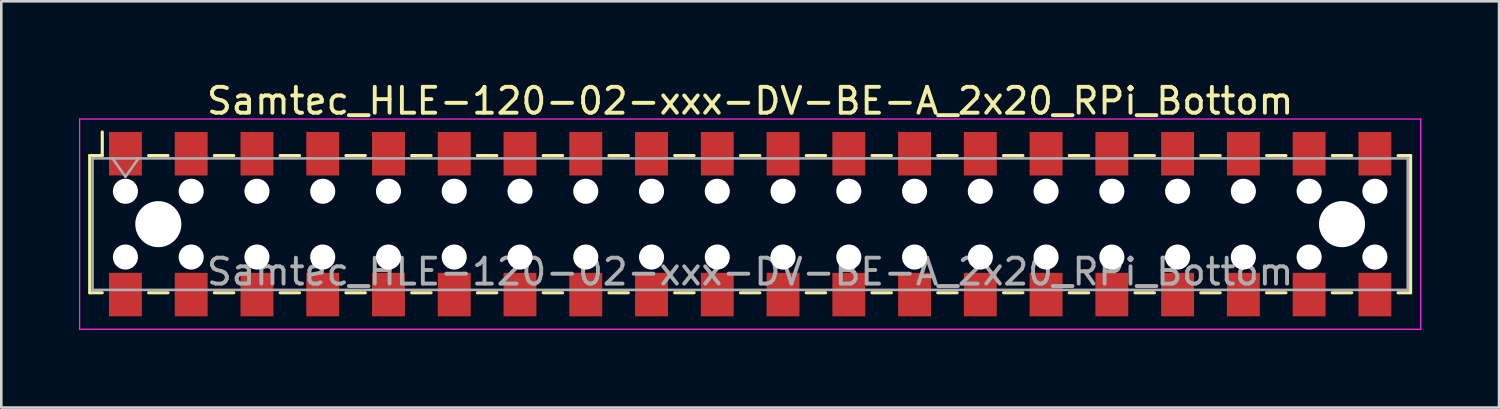
<source format=kicad_pcb>
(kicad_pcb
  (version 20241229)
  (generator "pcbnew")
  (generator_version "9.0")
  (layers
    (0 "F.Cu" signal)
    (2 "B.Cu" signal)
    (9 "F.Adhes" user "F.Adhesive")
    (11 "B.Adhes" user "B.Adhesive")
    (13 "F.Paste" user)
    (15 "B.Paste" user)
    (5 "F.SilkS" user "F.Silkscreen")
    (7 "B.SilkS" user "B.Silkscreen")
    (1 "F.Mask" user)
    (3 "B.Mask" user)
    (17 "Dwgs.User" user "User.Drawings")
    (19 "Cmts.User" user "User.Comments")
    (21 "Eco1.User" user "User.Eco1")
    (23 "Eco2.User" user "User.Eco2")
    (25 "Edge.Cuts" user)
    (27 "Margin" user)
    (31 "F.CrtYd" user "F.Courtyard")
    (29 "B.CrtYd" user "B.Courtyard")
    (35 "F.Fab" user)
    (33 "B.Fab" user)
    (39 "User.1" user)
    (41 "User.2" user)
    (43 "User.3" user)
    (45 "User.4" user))
  (footprint "Samtec_HLE-120-02-xxx-DV-BE-A_2x20_RPi_Bottom"
    (layer "F.Cu")
    (at 25.925 5.608)
    (property "Reference" "Samtec_HLE-120-02-xxx-DV-BE-A_2x20_RPi_Bottom" (at 0 -4.76 0) (layer "F.SilkS") (effects (font (size 1 1) (thickness 0.15))))
    (attr smd)
    (fp_line (start -25.51 -2.65) (end -25.51 2.65) (stroke (width 0.12) (type solid)) (layer "F.SilkS"))
    (fp_line (start -25.51 2.65) (end -25.025 2.65) (stroke (width 0.12) (type solid)) (layer "F.SilkS"))
    (fp_line (start -25.025 -3.56) (end -25.025 -2.65) (stroke (width 0.12) (type solid)) (layer "F.SilkS"))
    (fp_line (start -25.025 -2.65) (end -25.51 -2.65) (stroke (width 0.12) (type solid)) (layer "F.SilkS"))
    (fp_line (start -23.235 -2.65) (end -22.485 -2.65) (stroke (width 0.12) (type solid)) (layer "F.SilkS"))
    (fp_line (start -23.235 2.65) (end -22.485 2.65) (stroke (width 0.12) (type solid)) (layer "F.SilkS"))
    (fp_line (start -20.695 -2.65) (end -19.945 -2.65) (stroke (width 0.12) (type solid)) (layer "F.SilkS"))
    (fp_line (start -20.695 2.65) (end -19.945 2.65) (stroke (width 0.12) (type solid)) (layer "F.SilkS"))
    (fp_line (start -18.155 -2.65) (end -17.405 -2.65) (stroke (width 0.12) (type solid)) (layer "F.SilkS"))
    (fp_line (start -18.155 2.65) (end -17.405 2.65) (stroke (width 0.12) (type solid)) (layer "F.SilkS"))
    (fp_line (start -15.615 -2.65) (end -14.865 -2.65) (stroke (width 0.12) (type solid)) (layer "F.SilkS"))
    (fp_line (start -15.615 2.65) (end -14.865 2.65) (stroke (width 0.12) (type solid)) (layer "F.SilkS"))
    (fp_line (start -13.075 -2.65) (end -12.325 -2.65) (stroke (width 0.12) (type solid)) (layer "F.SilkS"))
    (fp_line (start -13.075 2.65) (end -12.325 2.65) (stroke (width 0.12) (type solid)) (layer "F.SilkS"))
    (fp_line (start -10.535 -2.65) (end -9.785 -2.65) (stroke (width 0.12) (type solid)) (layer "F.SilkS"))
    (fp_line (start -10.535 2.65) (end -9.785 2.65) (stroke (width 0.12) (type solid)) (layer "F.SilkS"))
    (fp_line (start -7.995 -2.65) (end -7.245 -2.65) (stroke (width 0.12) (type solid)) (layer "F.SilkS"))
    (fp_line (start -7.995 2.65) (end -7.245 2.65) (stroke (width 0.12) (type solid)) (layer "F.SilkS"))
    (fp_line (start -5.455 -2.65) (end -4.705 -2.65) (stroke (width 0.12) (type solid)) (layer "F.SilkS"))
    (fp_line (start -5.455 2.65) (end -4.705 2.65) (stroke (width 0.12) (type solid)) (layer "F.SilkS"))
    (fp_line (start -2.915 -2.65) (end -2.165 -2.65) (stroke (width 0.12) (type solid)) (layer "F.SilkS"))
    (fp_line (start -2.915 2.65) (end -2.165 2.65) (stroke (width 0.12) (type solid)) (layer "F.SilkS"))
    (fp_line (start -0.375 -2.65) (end 0.375 -2.65) (stroke (width 0.12) (type solid)) (layer "F.SilkS"))
    (fp_line (start -0.375 2.65) (end 0.375 2.65) (stroke (width 0.12) (type solid)) (layer "F.SilkS"))
    (fp_line (start 2.165 -2.65) (end 2.915 -2.65) (stroke (width 0.12) (type solid)) (layer "F.SilkS"))
    (fp_line (start 2.165 2.65) (end 2.915 2.65) (stroke (width 0.12) (type solid)) (layer "F.SilkS"))
    (fp_line (start 4.705 -2.65) (end 5.455 -2.65) (stroke (width 0.12) (type solid)) (layer "F.SilkS"))
    (fp_line (start 4.705 2.65) (end 5.455 2.65) (stroke (width 0.12) (type solid)) (layer "F.SilkS"))
    (fp_line (start 7.245 -2.65) (end 7.995 -2.65) (stroke (width 0.12) (type solid)) (layer "F.SilkS"))
    (fp_line (start 7.245 2.65) (end 7.995 2.65) (stroke (width 0.12) (type solid)) (layer "F.SilkS"))
    (fp_line (start 9.785 -2.65) (end 10.535 -2.65) (stroke (width 0.12) (type solid)) (layer "F.SilkS"))
    (fp_line (start 9.785 2.65) (end 10.535 2.65) (stroke (width 0.12) (type solid)) (layer "F.SilkS"))
    (fp_line (start 12.325 -2.65) (end 13.075 -2.65) (stroke (width 0.12) (type solid)) (layer "F.SilkS"))
    (fp_line (start 12.325 2.65) (end 13.075 2.65) (stroke (width 0.12) (type solid)) (layer "F.SilkS"))
    (fp_line (start 14.865 -2.65) (end 15.615 -2.65) (stroke (width 0.12) (type solid)) (layer "F.SilkS"))
    (fp_line (start 14.865 2.65) (end 15.615 2.65) (stroke (width 0.12) (type solid)) (layer "F.SilkS"))
    (fp_line (start 17.405 -2.65) (end 18.155 -2.65) (stroke (width 0.12) (type solid)) (layer "F.SilkS"))
    (fp_line (start 17.405 2.65) (end 18.155 2.65) (stroke (width 0.12) (type solid)) (layer "F.SilkS"))
    (fp_line (start 19.945 -2.65) (end 20.695 -2.65) (stroke (width 0.12) (type solid)) (layer "F.SilkS"))
    (fp_line (start 19.945 2.65) (end 20.695 2.65) (stroke (width 0.12) (type solid)) (layer "F.SilkS"))
    (fp_line (start 22.485 -2.65) (end 23.235 -2.65) (stroke (width 0.12) (type solid)) (layer "F.SilkS"))
    (fp_line (start 22.485 2.65) (end 23.235 2.65) (stroke (width 0.12) (type solid)) (layer "F.SilkS"))
    (fp_line (start 25.025 -2.65) (end 25.51 -2.65) (stroke (width 0.12) (type solid)) (layer "F.SilkS"))
    (fp_line (start 25.51 -2.65) (end 25.51 2.65) (stroke (width 0.12) (type solid)) (layer "F.SilkS"))
    (fp_line (start 25.51 2.65) (end 25.025 2.65) (stroke (width 0.12) (type solid)) (layer "F.SilkS"))
    (fp_line (start -25.9 -4.06) (end 25.9 -4.06) (stroke (width 0.05) (type solid)) (layer "F.CrtYd"))
    (fp_line (start -25.9 4.06) (end -25.9 -4.06) (stroke (width 0.05) (type solid)) (layer "F.CrtYd"))
    (fp_line (start 25.9 -4.06) (end 25.9 4.06) (stroke (width 0.05) (type solid)) (layer "F.CrtYd"))
    (fp_line (start 25.9 4.06) (end -25.9 4.06) (stroke (width 0.05) (type solid)) (layer "F.CrtYd"))
    (fp_line (start -25.4 -2.54) (end 25.4 -2.54) (stroke (width 0.1) (type solid)) (layer "F.Fab"))
    (fp_line (start -25.4 2.54) (end -25.4 -2.54) (stroke (width 0.1) (type solid)) (layer "F.Fab"))
    (fp_line (start -24.63 -2.54) (end -24.13 -1.833) (stroke (width 0.1) (type solid)) (layer "F.Fab"))
    (fp_line (start -24.13 -1.833) (end -23.63 -2.54) (stroke (width 0.1) (type solid)) (layer "F.Fab"))
    (fp_line (start 25.4 -2.54) (end 25.4 2.54) (stroke (width 0.1) (type solid)) (layer "F.Fab"))
    (fp_line (start 25.4 2.54) (end -25.4 2.54) (stroke (width 0.1) (type solid)) (layer "F.Fab"))
    (fp_text user "${REFERENCE}" (at 0 1.84 0) (layer "F.Fab") (effects (font (size 1 1) (thickness 0.15))))
    (pad "" np_thru_hole circle (at -24.13 -1.27) (size 0.97 0.97) (drill 0.97) (layers "*.Cu" "*.Mask"))
    (pad "" np_thru_hole circle (at -24.13 1.27) (size 0.97 0.97) (drill 0.97) (layers "*.Cu" "*.Mask"))
    (pad "" np_thru_hole circle (at -22.86 0) (size 1.78 1.78) (drill 1.78) (layers "*.Cu" "*.Mask"))
    (pad "" np_thru_hole circle (at -21.59 -1.27) (size 0.97 0.97) (drill 0.97) (layers "*.Cu" "*.Mask"))
    (pad "" np_thru_hole circle (at -21.59 1.27) (size 0.97 0.97) (drill 0.97) (layers "*.Cu" "*.Mask"))
    (pad "" np_thru_hole circle (at -19.05 -1.27) (size 0.97 0.97) (drill 0.97) (layers "*.Cu" "*.Mask"))
    (pad "" np_thru_hole circle (at -19.05 1.27) (size 0.97 0.97) (drill 0.97) (layers "*.Cu" "*.Mask"))
    (pad "" np_thru_hole circle (at -16.51 -1.27) (size 0.97 0.97) (drill 0.97) (layers "*.Cu" "*.Mask"))
    (pad "" np_thru_hole circle (at -16.51 1.27) (size 0.97 0.97) (drill 0.97) (layers "*.Cu" "*.Mask"))
    (pad "" np_thru_hole circle (at -13.97 -1.27) (size 0.97 0.97) (drill 0.97) (layers "*.Cu" "*.Mask"))
    (pad "" np_thru_hole circle (at -13.97 1.27) (size 0.97 0.97) (drill 0.97) (layers "*.Cu" "*.Mask"))
    (pad "" np_thru_hole circle (at -11.43 -1.27) (size 0.97 0.97) (drill 0.97) (layers "*.Cu" "*.Mask"))
    (pad "" np_thru_hole circle (at -11.43 1.27) (size 0.97 0.97) (drill 0.97) (layers "*.Cu" "*.Mask"))
    (pad "" np_thru_hole circle (at -8.89 -1.27) (size 0.97 0.97) (drill 0.97) (layers "*.Cu" "*.Mask"))
    (pad "" np_thru_hole circle (at -8.89 1.27) (size 0.97 0.97) (drill 0.97) (layers "*.Cu" "*.Mask"))
    (pad "" np_thru_hole circle (at -6.35 -1.27) (size 0.97 0.97) (drill 0.97) (layers "*.Cu" "*.Mask"))
    (pad "" np_thru_hole circle (at -6.35 1.27) (size 0.97 0.97) (drill 0.97) (layers "*.Cu" "*.Mask"))
    (pad "" np_thru_hole circle (at -3.81 -1.27) (size 0.97 0.97) (drill 0.97) (layers "*.Cu" "*.Mask"))
    (pad "" np_thru_hole circle (at -3.81 1.27) (size 0.97 0.97) (drill 0.97) (layers "*.Cu" "*.Mask"))
    (pad "" np_thru_hole circle (at -1.27 -1.27) (size 0.97 0.97) (drill 0.97) (layers "*.Cu" "*.Mask"))
    (pad "" np_thru_hole circle (at -1.27 1.27) (size 0.97 0.97) (drill 0.97) (layers "*.Cu" "*.Mask"))
    (pad "" np_thru_hole circle (at 1.27 -1.27) (size 0.97 0.97) (drill 0.97) (layers "*.Cu" "*.Mask"))
    (pad "" np_thru_hole circle (at 1.27 1.27) (size 0.97 0.97) (drill 0.97) (layers "*.Cu" "*.Mask"))
    (pad "" np_thru_hole circle (at 3.81 -1.27) (size 0.97 0.97) (drill 0.97) (layers "*.Cu" "*.Mask"))
    (pad "" np_thru_hole circle (at 3.81 1.27) (size 0.97 0.97) (drill 0.97) (layers "*.Cu" "*.Mask"))
    (pad "" np_thru_hole circle (at 6.35 -1.27) (size 0.97 0.97) (drill 0.97) (layers "*.Cu" "*.Mask"))
    (pad "" np_thru_hole circle (at 6.35 1.27) (size 0.97 0.97) (drill 0.97) (layers "*.Cu" "*.Mask"))
    (pad "" np_thru_hole circle (at 8.89 -1.27) (size 0.97 0.97) (drill 0.97) (layers "*.Cu" "*.Mask"))
    (pad "" np_thru_hole circle (at 8.89 1.27) (size 0.97 0.97) (drill 0.97) (layers "*.Cu" "*.Mask"))
    (pad "" np_thru_hole circle (at 11.43 -1.27) (size 0.97 0.97) (drill 0.97) (layers "*.Cu" "*.Mask"))
    (pad "" np_thru_hole circle (at 11.43 1.27) (size 0.97 0.97) (drill 0.97) (layers "*.Cu" "*.Mask"))
    (pad "" np_thru_hole circle (at 13.97 -1.27) (size 0.97 0.97) (drill 0.97) (layers "*.Cu" "*.Mask"))
    (pad "" np_thru_hole circle (at 13.97 1.27) (size 0.97 0.97) (drill 0.97) (layers "*.Cu" "*.Mask"))
    (pad "" np_thru_hole circle (at 16.51 -1.27) (size 0.97 0.97) (drill 0.97) (layers "*.Cu" "*.Mask"))
    (pad "" np_thru_hole circle (at 16.51 1.27) (size 0.97 0.97) (drill 0.97) (layers "*.Cu" "*.Mask"))
    (pad "" np_thru_hole circle (at 19.05 -1.27) (size 0.97 0.97) (drill 0.97) (layers "*.Cu" "*.Mask"))
    (pad "" np_thru_hole circle (at 19.05 1.27) (size 0.97 0.97) (drill 0.97) (layers "*.Cu" "*.Mask"))
    (pad "" np_thru_hole circle (at 21.59 -1.27) (size 0.97 0.97) (drill 0.97) (layers "*.Cu" "*.Mask"))
    (pad "" np_thru_hole circle (at 21.59 1.27) (size 0.97 0.97) (drill 0.97) (layers "*.Cu" "*.Mask"))
    (pad "" np_thru_hole circle (at 22.86 0) (size 1.78 1.78) (drill 1.78) (layers "*.Cu" "*.Mask"))
    (pad "" np_thru_hole circle (at 24.13 -1.27) (size 0.97 0.97) (drill 0.97) (layers "*.Cu" "*.Mask"))
    (pad "" np_thru_hole circle (at 24.13 1.27) (size 0.97 0.97) (drill 0.97) (layers "*.Cu" "*.Mask"))
    (pad "1" smd rect (at -24.13 -2.72) (size 1.27 1.68) (layers "F.Cu" "F.Mask" "F.Paste"))
    (pad "2" smd rect (at -24.13 2.72) (size 1.27 1.68) (layers "F.Cu" "F.Mask" "F.Paste"))
    (pad "3" smd rect (at -21.59 -2.72) (size 1.27 1.68) (layers "F.Cu" "F.Mask" "F.Paste"))
    (pad "4" smd rect (at -21.59 2.72) (size 1.27 1.68) (layers "F.Cu" "F.Mask" "F.Paste"))
    (pad "5" smd rect (at -19.05 -2.72) (size 1.27 1.68) (layers "F.Cu" "F.Mask" "F.Paste"))
    (pad "6" smd rect (at -19.05 2.72) (size 1.27 1.68) (layers "F.Cu" "F.Mask" "F.Paste"))
    (pad "7" smd rect (at -16.51 -2.72) (size 1.27 1.68) (layers "F.Cu" "F.Mask" "F.Paste"))
    (pad "8" smd rect (at -16.51 2.72) (size 1.27 1.68) (layers "F.Cu" "F.Mask" "F.Paste"))
    (pad "9" smd rect (at -13.97 -2.72) (size 1.27 1.68) (layers "F.Cu" "F.Mask" "F.Paste"))
    (pad "10" smd rect (at -13.97 2.72) (size 1.27 1.68) (layers "F.Cu" "F.Mask" "F.Paste"))
    (pad "11" smd rect (at -11.43 -2.72) (size 1.27 1.68) (layers "F.Cu" "F.Mask" "F.Paste"))
    (pad "12" smd rect (at -11.43 2.72) (size 1.27 1.68) (layers "F.Cu" "F.Mask" "F.Paste"))
    (pad "13" smd rect (at -8.89 -2.72) (size 1.27 1.68) (layers "F.Cu" "F.Mask" "F.Paste"))
    (pad "14" smd rect (at -8.89 2.72) (size 1.27 1.68) (layers "F.Cu" "F.Mask" "F.Paste"))
    (pad "15" smd rect (at -6.35 -2.72) (size 1.27 1.68) (layers "F.Cu" "F.Mask" "F.Paste"))
    (pad "16" smd rect (at -6.35 2.72) (size 1.27 1.68) (layers "F.Cu" "F.Mask" "F.Paste"))
    (pad "17" smd rect (at -3.81 -2.72) (size 1.27 1.68) (layers "F.Cu" "F.Mask" "F.Paste"))
    (pad "18" smd rect (at -3.81 2.72) (size 1.27 1.68) (layers "F.Cu" "F.Mask" "F.Paste"))
    (pad "19" smd rect (at -1.27 -2.72) (size 1.27 1.68) (layers "F.Cu" "F.Mask" "F.Paste"))
    (pad "20" smd rect (at -1.27 2.72) (size 1.27 1.68) (layers "F.Cu" "F.Mask" "F.Paste"))
    (pad "21" smd rect (at 1.27 -2.72) (size 1.27 1.68) (layers "F.Cu" "F.Mask" "F.Paste"))
    (pad "22" smd rect (at 1.27 2.72) (size 1.27 1.68) (layers "F.Cu" "F.Mask" "F.Paste"))
    (pad "23" smd rect (at 3.81 -2.72) (size 1.27 1.68) (layers "F.Cu" "F.Mask" "F.Paste"))
    (pad "24" smd rect (at 3.81 2.72) (size 1.27 1.68) (layers "F.Cu" "F.Mask" "F.Paste"))
    (pad "25" smd rect (at 6.35 -2.72) (size 1.27 1.68) (layers "F.Cu" "F.Mask" "F.Paste"))
    (pad "26" smd rect (at 6.35 2.72) (size 1.27 1.68) (layers "F.Cu" "F.Mask" "F.Paste"))
    (pad "27" smd rect (at 8.89 -2.72) (size 1.27 1.68) (layers "F.Cu" "F.Mask" "F.Paste"))
    (pad "28" smd rect (at 8.89 2.72) (size 1.27 1.68) (layers "F.Cu" "F.Mask" "F.Paste"))
    (pad "29" smd rect (at 11.43 -2.72) (size 1.27 1.68) (layers "F.Cu" "F.Mask" "F.Paste"))
    (pad "30" smd rect (at 11.43 2.72) (size 1.27 1.68) (layers "F.Cu" "F.Mask" "F.Paste"))
    (pad "31" smd rect (at 13.97 -2.72) (size 1.27 1.68) (layers "F.Cu" "F.Mask" "F.Paste"))
    (pad "32" smd rect (at 13.97 2.72) (size 1.27 1.68) (layers "F.Cu" "F.Mask" "F.Paste"))
    (pad "33" smd rect (at 16.51 -2.72) (size 1.27 1.68) (layers "F.Cu" "F.Mask" "F.Paste"))
    (pad "34" smd rect (at 16.51 2.72) (size 1.27 1.68) (layers "F.Cu" "F.Mask" "F.Paste"))
    (pad "35" smd rect (at 19.05 -2.72) (size 1.27 1.68) (layers "F.Cu" "F.Mask" "F.Paste"))
    (pad "36" smd rect (at 19.05 2.72) (size 1.27 1.68) (layers "F.Cu" "F.Mask" "F.Paste"))
    (pad "37" smd rect (at 21.59 -2.72) (size 1.27 1.68) (layers "F.Cu" "F.Mask" "F.Paste"))
    (pad "38" smd rect (at 21.59 2.72) (size 1.27 1.68) (layers "F.Cu" "F.Mask" "F.Paste"))
    (pad "39" smd rect (at 24.13 -2.72) (size 1.27 1.68) (layers "F.Cu" "F.Mask" "F.Paste"))
    (pad "40" smd rect (at 24.13 2.72) (size 1.27 1.68) (layers "F.Cu" "F.Mask" "F.Paste")))
  (gr_rect
    (start -3 -3)
    (end 54.85 12.693)
    (stroke (width 0.1) (type default))
    (fill no)
    (layer "Edge.Cuts")))
</source>
